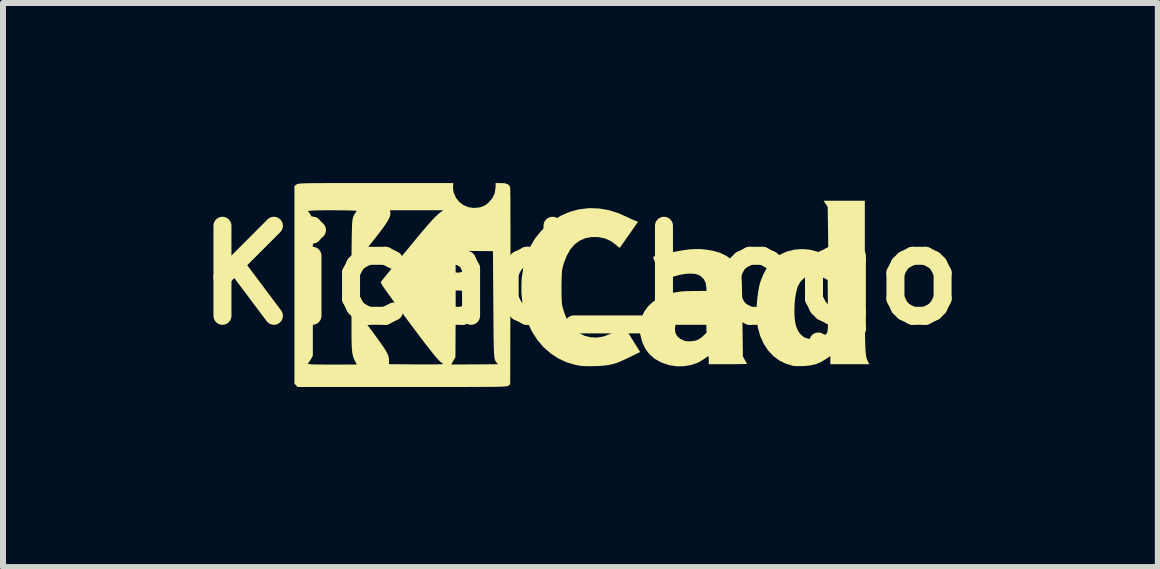
<source format=kicad_pcb>
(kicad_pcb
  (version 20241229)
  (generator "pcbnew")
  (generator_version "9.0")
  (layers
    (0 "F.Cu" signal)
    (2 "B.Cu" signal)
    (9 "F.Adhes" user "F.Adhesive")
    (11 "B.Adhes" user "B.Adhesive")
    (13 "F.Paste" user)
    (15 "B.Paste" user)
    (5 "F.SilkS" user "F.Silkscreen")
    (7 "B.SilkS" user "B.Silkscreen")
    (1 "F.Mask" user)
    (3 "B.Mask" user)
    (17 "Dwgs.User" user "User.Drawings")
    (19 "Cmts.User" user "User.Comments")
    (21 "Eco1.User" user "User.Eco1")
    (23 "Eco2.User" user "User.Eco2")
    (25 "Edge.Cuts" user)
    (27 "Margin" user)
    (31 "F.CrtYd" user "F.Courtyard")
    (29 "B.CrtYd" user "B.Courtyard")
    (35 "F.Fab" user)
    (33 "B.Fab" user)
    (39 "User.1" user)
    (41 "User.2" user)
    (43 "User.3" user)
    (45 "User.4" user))
  (footprint "Kicad_Logo"
    (layer "F.Cu")
    (at 6.621 1.534)
    (property "Reference" "Kicad_Logo" (at 0 0 0) (layer "F.SilkS") (effects (font (size 1.5 1.5) (thickness 0.3))))
    (attr board_only exclude_from_pos_files exclude_from_bom)
    (fp_poly (pts (xy 0.306 -1.111) (xy 0.467 -1.084) (xy 0.631 -1.033) (xy 0.769 -0.972) (xy 0.822 -0.947) (xy 0.871 -0.924) (xy 0.908 -0.908) (xy 0.922 -0.903) (xy 0.962 -0.89) (xy 0.812 -0.676) (xy 0.767 -0.612) (xy 0.728 -0.555) (xy 0.694 -0.508) (xy 0.67 -0.475) (xy 0.658 -0.457) (xy 0.656 -0.456) (xy 0.645 -0.46) (xy 0.621 -0.478) (xy 0.597 -0.5) (xy 0.51 -0.566) (xy 0.412 -0.61) (xy 0.303 -0.633) (xy 0.189 -0.634) (xy 0.083 -0.615) (xy -0.012 -0.574) (xy -0.096 -0.511) (xy -0.168 -0.427) (xy -0.228 -0.321) (xy -0.277 -0.195) (xy -0.289 -0.153) (xy -0.305 -0.077) (xy -0.316 0.017) (xy -0.322 0.122) (xy -0.324 0.231) (xy -0.321 0.337) (xy -0.314 0.434) (xy -0.302 0.509) (xy -0.27 0.624) (xy -0.226 0.731) (xy -0.172 0.823) (xy -0.112 0.895) (xy -0.026 0.964) (xy 0.07 1.011) (xy 0.172 1.037) (xy 0.278 1.041) (xy 0.385 1.023) (xy 0.49 0.984) (xy 0.591 0.923) (xy 0.639 0.884) (xy 0.71 0.823) (xy 0.853 1.052) (xy 0.996 1.282) (xy 0.814 1.371) (xy 0.714 1.418) (xy 0.63 1.454) (xy 0.553 1.48) (xy 0.477 1.497) (xy 0.396 1.508) (xy 0.303 1.515) (xy 0.231 1.517) (xy 0.145 1.518) (xy 0.077 1.517) (xy 0.021 1.514) (xy -0.029 1.507) (xy -0.075 1.498) (xy -0.227 1.454) (xy -0.369 1.388) (xy -0.498 1.303) (xy -0.614 1.201) (xy -0.716 1.082) (xy -0.803 0.948) (xy -0.874 0.8) (xy -0.928 0.641) (xy -0.965 0.471) (xy -0.983 0.293) (xy -0.981 0.107) (xy -0.977 0.051) (xy -0.95 -0.137) (xy -0.905 -0.308) (xy -0.842 -0.463) (xy -0.76 -0.604) (xy -0.659 -0.73) (xy -0.594 -0.796) (xy -0.464 -0.904) (xy -0.329 -0.988) (xy -0.187 -1.051) (xy -0.036 -1.093) (xy -0.014 -1.097) (xy 0.146 -1.116)) (stroke (width 0) (type solid)) (fill yes) (layer "F.SilkS"))
    (fp_poly (pts (xy 4.74 0.004) (xy 4.74 0.214) (xy 4.74 0.401) (xy 4.74 0.567) (xy 4.741 0.712) (xy 4.741 0.839) (xy 4.742 0.948) (xy 4.744 1.042) (xy 4.746 1.121) (xy 4.748 1.188) (xy 4.751 1.243) (xy 4.754 1.288) (xy 4.758 1.325) (xy 4.762 1.355) (xy 4.768 1.379) (xy 4.774 1.399) (xy 4.781 1.416) (xy 4.788 1.433) (xy 4.791 1.438) (xy 4.815 1.485) (xy 4.49 1.485) (xy 4.165 1.485) (xy 4.165 1.417) (xy 4.165 1.35) (xy 4.085 1.403) (xy 4 1.453) (xy 3.915 1.487) (xy 3.822 1.507) (xy 3.714 1.516) (xy 3.656 1.517) (xy 3.605 1.517) (xy 3.566 1.515) (xy 3.552 1.514) (xy 3.426 1.478) (xy 3.312 1.421) (xy 3.21 1.344) (xy 3.123 1.249) (xy 3.05 1.136) (xy 2.994 1.008) (xy 2.958 0.877) (xy 2.943 0.776) (xy 2.936 0.658) (xy 2.937 0.599) (xy 3.566 0.599) (xy 3.57 0.7) (xy 3.58 0.789) (xy 3.595 0.854) (xy 3.626 0.927) (xy 3.67 0.988) (xy 3.722 1.033) (xy 3.743 1.044) (xy 3.806 1.062) (xy 3.88 1.062) (xy 3.958 1.047) (xy 4.017 1.025) (xy 4.046 1.012) (xy 4.069 1.001) (xy 4.087 0.991) (xy 4.101 0.977) (xy 4.112 0.958) (xy 4.119 0.931) (xy 4.123 0.894) (xy 4.125 0.844) (xy 4.126 0.778) (xy 4.126 0.695) (xy 4.125 0.591) (xy 4.124 0.52) (xy 4.121 0.081) (xy 4.052 0.046) (xy 3.962 0.012) (xy 3.878 0.001) (xy 3.8 0.013) (xy 3.732 0.047) (xy 3.674 0.101) (xy 3.629 0.176) (xy 3.615 0.213) (xy 3.594 0.294) (xy 3.578 0.39) (xy 3.569 0.494) (xy 3.566 0.599) (xy 2.937 0.599) (xy 2.937 0.531) (xy 2.946 0.403) (xy 2.962 0.278) (xy 2.984 0.166) (xy 3.004 0.098) (xy 3.049 -0.013) (xy 3.106 -0.117) (xy 3.173 -0.208) (xy 3.247 -0.284) (xy 3.323 -0.339) (xy 3.437 -0.392) (xy 3.56 -0.423) (xy 3.687 -0.434) (xy 3.813 -0.425) (xy 3.935 -0.395) (xy 4.048 -0.344) (xy 4.069 -0.331) (xy 4.101 -0.311) (xy 4.124 -0.298) (xy 4.131 -0.294) (xy 4.131 -0.306) (xy 4.131 -0.34) (xy 4.131 -0.392) (xy 4.13 -0.461) (xy 4.129 -0.543) (xy 4.128 -0.635) (xy 4.127 -0.716) (xy 4.121 -1.137) (xy 4.086 -1.188) (xy 4.052 -1.239) (xy 4.396 -1.239) (xy 4.74 -1.239)) (stroke (width 0) (type solid)) (fill yes) (layer "F.SilkS"))
    (fp_poly (pts (xy 1.999 -0.433) (xy 2.061 -0.429) (xy 2.205 -0.407) (xy 2.331 -0.37) (xy 2.438 -0.318) (xy 2.525 -0.251) (xy 2.592 -0.17) (xy 2.626 -0.109) (xy 2.64 -0.076) (xy 2.652 -0.046) (xy 2.663 -0.017) (xy 2.671 0.014) (xy 2.678 0.05) (xy 2.683 0.092) (xy 2.688 0.143) (xy 2.691 0.206) (xy 2.694 0.281) (xy 2.696 0.373) (xy 2.698 0.483) (xy 2.699 0.613) (xy 2.7 0.724) (xy 2.708 1.356) (xy 2.742 1.416) (xy 2.761 1.449) (xy 2.773 1.473) (xy 2.776 1.48) (xy 2.764 1.481) (xy 2.731 1.483) (xy 2.679 1.483) (xy 2.612 1.484) (xy 2.533 1.485) (xy 2.457 1.485) (xy 2.139 1.485) (xy 2.139 1.417) (xy 2.138 1.38) (xy 2.135 1.356) (xy 2.133 1.35) (xy 2.12 1.357) (xy 2.094 1.375) (xy 2.061 1.399) (xy 1.964 1.457) (xy 1.853 1.496) (xy 1.734 1.518) (xy 1.61 1.52) (xy 1.486 1.502) (xy 1.468 1.497) (xy 1.344 1.454) (xy 1.237 1.394) (xy 1.149 1.317) (xy 1.08 1.224) (xy 1.03 1.116) (xy 0.999 0.993) (xy 0.994 0.95) (xy 0.994 0.898) (xy 1.576 0.898) (xy 1.584 0.964) (xy 1.612 1.016) (xy 1.659 1.059) (xy 1.729 1.092) (xy 1.738 1.096) (xy 1.774 1.102) (xy 1.823 1.103) (xy 1.877 1.099) (xy 1.924 1.091) (xy 1.931 1.089) (xy 1.972 1.07) (xy 2.018 1.039) (xy 2.042 1.017) (xy 2.102 0.961) (xy 2.098 0.809) (xy 2.095 0.656) (xy 1.945 0.657) (xy 1.876 0.658) (xy 1.827 0.661) (xy 1.79 0.666) (xy 1.758 0.675) (xy 1.732 0.685) (xy 1.662 0.724) (xy 1.614 0.768) (xy 1.586 0.822) (xy 1.576 0.889) (xy 1.576 0.898) (xy 0.994 0.898) (xy 0.994 0.83) (xy 1.016 0.718) (xy 1.06 0.616) (xy 1.125 0.524) (xy 1.21 0.445) (xy 1.313 0.378) (xy 1.434 0.326) (xy 1.557 0.292) (xy 1.62 0.281) (xy 1.684 0.273) (xy 1.756 0.268) (xy 1.844 0.266) (xy 1.892 0.265) (xy 2.101 0.264) (xy 2.1 0.215) (xy 2.089 0.135) (xy 2.058 0.07) (xy 2.007 0.019) (xy 1.973 -0.001) (xy 1.915 -0.019) (xy 1.841 -0.025) (xy 1.754 -0.021) (xy 1.659 -0.005) (xy 1.563 0.021) (xy 1.468 0.056) (xy 1.458 0.06) (xy 1.375 0.097) (xy 1.364 0.07) (xy 1.355 0.05) (xy 1.339 0.011) (xy 1.317 -0.041) (xy 1.291 -0.101) (xy 1.278 -0.132) (xy 1.25 -0.198) (xy 1.231 -0.246) (xy 1.219 -0.277) (xy 1.215 -0.296) (xy 1.217 -0.306) (xy 1.224 -0.311) (xy 1.23 -0.312) (xy 1.251 -0.316) (xy 1.291 -0.325) (xy 1.347 -0.338) (xy 1.413 -0.353) (xy 1.478 -0.368) (xy 1.608 -0.396) (xy 1.721 -0.416) (xy 1.82 -0.429) (xy 1.911 -0.434)) (stroke (width 0) (type solid)) (fill yes) (layer "F.SilkS"))
    (fp_poly (pts (xy -2.122 -1.486) (xy -2.122 -1.445) (xy -2.115 -1.395) (xy -2.109 -1.371) (xy -2.072 -1.287) (xy -2.017 -1.218) (xy -1.948 -1.166) (xy -1.868 -1.132) (xy -1.779 -1.119) (xy -1.686 -1.127) (xy -1.658 -1.134) (xy -1.609 -1.152) (xy -1.566 -1.178) (xy -1.521 -1.218) (xy -1.519 -1.22) (xy -1.462 -1.29) (xy -1.427 -1.367) (xy -1.414 -1.456) (xy -1.413 -1.475) (xy -1.413 -1.534) (xy -1.322 -1.534) (xy -1.256 -1.53) (xy -1.211 -1.515) (xy -1.183 -1.49) (xy -1.169 -1.457) (xy -1.168 -1.441) (xy -1.168 -1.403) (xy -1.167 -1.343) (xy -1.166 -1.263) (xy -1.166 -1.164) (xy -1.166 -1.047) (xy -1.165 -0.915) (xy -1.165 -0.769) (xy -1.165 -0.61) (xy -1.165 -0.439) (xy -1.165 -0.259) (xy -1.165 -0.07) (xy -1.166 0.126) (xy -1.166 0.194) (xy -1.169 1.818) (xy -1.199 1.842) (xy -1.204 1.845) (xy -1.21 1.848) (xy -1.219 1.851) (xy -1.232 1.853) (xy -1.25 1.855) (xy -1.274 1.857) (xy -1.307 1.858) (xy -1.348 1.86) (xy -1.4 1.861) (xy -1.463 1.862) (xy -1.539 1.863) (xy -1.628 1.863) (xy -1.733 1.864) (xy -1.855 1.864) (xy -1.994 1.865) (xy -2.152 1.865) (xy -2.33 1.865) (xy -2.529 1.865) (xy -2.751 1.865) (xy -2.969 1.865) (xy -4.71 1.865) (xy -4.738 1.837) (xy -4.765 1.808) (xy -4.765 1.476) (xy -4.54 1.476) (xy -4.533 1.481) (xy -4.513 1.484) (xy -4.477 1.487) (xy -4.423 1.489) (xy -4.349 1.49) (xy -4.254 1.491) (xy -4.137 1.491) (xy -4.133 1.491) (xy -4.035 1.491) (xy -3.946 1.491) (xy -3.868 1.49) (xy -3.804 1.49) (xy -3.758 1.49) (xy -3.739 1.489) (xy -2.151 1.489) (xy -2.139 1.49) (xy -2.106 1.49) (xy -2.055 1.489) (xy -1.99 1.489) (xy -1.915 1.489) (xy -1.833 1.488) (xy -1.748 1.488) (xy -1.664 1.487) (xy -1.584 1.487) (xy -1.512 1.486) (xy -1.451 1.486) (xy -1.406 1.485) (xy -1.38 1.485) (xy -1.377 1.485) (xy -1.38 1.477) (xy -1.391 1.463) (xy -1.401 1.452) (xy -1.41 1.441) (xy -1.417 1.429) (xy -1.423 1.413) (xy -1.429 1.393) (xy -1.433 1.366) (xy -1.437 1.331) (xy -1.44 1.285) (xy -1.442 1.228) (xy -1.444 1.157) (xy -1.446 1.071) (xy -1.447 0.967) (xy -1.448 0.845) (xy -1.449 0.702) (xy -1.45 0.537) (xy -1.451 0.491) (xy -1.457 -0.399) (xy -1.804 -0.402) (xy -1.894 -0.403) (xy -1.976 -0.403) (xy -2.045 -0.403) (xy -2.1 -0.402) (xy -2.136 -0.401) (xy -2.151 -0.4) (xy -2.151 -0.4) (xy -2.145 -0.387) (xy -2.129 -0.361) (xy -2.12 -0.349) (xy -2.098 -0.308) (xy -2.084 -0.261) (xy -2.082 -0.254) (xy -2.081 -0.233) (xy -2.08 -0.189) (xy -2.079 -0.126) (xy -2.078 -0.045) (xy -2.078 0.052) (xy -2.078 0.163) (xy -2.078 0.284) (xy -2.078 0.414) (xy -2.078 0.551) (xy -2.078 0.583) (xy -2.082 1.368) (xy -2.117 1.428) (xy -2.135 1.461) (xy -2.148 1.483) (xy -2.151 1.489) (xy -3.739 1.489) (xy -3.732 1.489) (xy -3.727 1.489) (xy -3.732 1.478) (xy -3.745 1.452) (xy -3.758 1.428) (xy -3.773 1.397) (xy -3.785 1.364) (xy -3.794 1.328) (xy -3.802 1.284) (xy -3.807 1.231) (xy -3.811 1.164) (xy -3.813 1.082) (xy -3.814 0.98) (xy -3.814 0.858) (xy -3.814 0.856) (xy -3.814 0.476) (xy -3.54 0.842) (xy -3.457 0.953) (xy -3.389 1.046) (xy -3.333 1.124) (xy -3.288 1.188) (xy -3.253 1.241) (xy -3.228 1.285) (xy -3.21 1.321) (xy -3.198 1.352) (xy -3.192 1.38) (xy -3.189 1.407) (xy -3.189 1.419) (xy -3.189 1.484) (xy -2.739 1.488) (xy -2.636 1.488) (xy -2.541 1.488) (xy -2.457 1.488) (xy -2.387 1.487) (xy -2.334 1.486) (xy -2.3 1.485) (xy -2.289 1.483) (xy -2.298 1.471) (xy -2.317 1.457) (xy -2.337 1.441) (xy -2.363 1.416) (xy -2.397 1.378) (xy -2.439 1.329) (xy -2.489 1.266) (xy -2.55 1.188) (xy -2.622 1.095) (xy -2.705 0.985) (xy -2.801 0.857) (xy -2.91 0.71) (xy -2.93 0.682) (xy -3.019 0.562) (xy -3.095 0.46) (xy -3.157 0.374) (xy -3.208 0.304) (xy -3.248 0.247) (xy -3.279 0.203) (xy -3.3 0.169) (xy -3.315 0.144) (xy -3.322 0.127) (xy -3.325 0.117) (xy -3.323 0.111) (xy -3.312 0.098) (xy -3.288 0.067) (xy -3.25 0.021) (xy -3.202 -0.038) (xy -3.145 -0.108) (xy -3.079 -0.188) (xy -3.008 -0.275) (xy -2.932 -0.368) (xy -2.926 -0.374) (xy -2.821 -0.503) (xy -2.729 -0.614) (xy -2.65 -0.709) (xy -2.582 -0.789) (xy -2.525 -0.855) (xy -2.476 -0.909) (xy -2.435 -0.953) (xy -2.4 -0.988) (xy -2.37 -1.016) (xy -2.344 -1.037) (xy -2.334 -1.045) (xy -2.285 -1.08) (xy -2.728 -1.08) (xy -3.172 -1.08) (xy -3.166 -1.036) (xy -3.166 -1.01) (xy -3.173 -0.98) (xy -3.188 -0.944) (xy -3.212 -0.9) (xy -3.246 -0.847) (xy -3.291 -0.782) (xy -3.35 -0.705) (xy -3.422 -0.612) (xy -3.509 -0.503) (xy -3.573 -0.424) (xy -3.632 -0.35) (xy -3.686 -0.284) (xy -3.731 -0.228) (xy -3.766 -0.185) (xy -3.789 -0.157) (xy -3.798 -0.147) (xy -3.803 -0.145) (xy -3.807 -0.149) (xy -3.81 -0.164) (xy -3.812 -0.19) (xy -3.813 -0.231) (xy -3.813 -0.288) (xy -3.813 -0.364) (xy -3.812 -0.462) (xy -3.811 -0.521) (xy -3.81 -0.633) (xy -3.808 -0.723) (xy -3.806 -0.795) (xy -3.804 -0.85) (xy -3.801 -0.892) (xy -3.797 -0.924) (xy -3.792 -0.948) (xy -3.786 -0.968) (xy -3.785 -0.972) (xy -3.768 -1.008) (xy -3.752 -1.036) (xy -3.745 -1.044) (xy -3.729 -1.061) (xy -3.727 -1.069) (xy -3.739 -1.072) (xy -3.773 -1.074) (xy -3.826 -1.076) (xy -3.896 -1.078) (xy -3.979 -1.079) (xy -4.073 -1.08) (xy -4.133 -1.08) (xy -4.251 -1.08) (xy -4.345 -1.079) (xy -4.419 -1.077) (xy -4.473 -1.075) (xy -4.509 -1.072) (xy -4.531 -1.068) (xy -4.539 -1.062) (xy -4.535 -1.055) (xy -4.527 -1.049) (xy -4.514 -1.034) (xy -4.495 -1.006) (xy -4.486 -0.99) (xy -4.458 -0.939) (xy -4.458 0.202) (xy -4.458 1.344) (xy -4.486 1.395) (xy -4.506 1.427) (xy -4.522 1.449) (xy -4.527 1.454) (xy -4.539 1.472) (xy -4.54 1.476) (xy -4.765 1.476) (xy -4.765 0.163) (xy -4.765 -1.483) (xy -4.732 -1.508) (xy -4.726 -1.512) (xy -4.72 -1.516) (xy -4.711 -1.519) (xy -4.698 -1.522) (xy -4.68 -1.524) (xy -4.656 -1.527) (xy -4.623 -1.528) (xy -4.581 -1.53) (xy -4.527 -1.531) (xy -4.461 -1.532) (xy -4.381 -1.532) (xy -4.285 -1.533) (xy -4.173 -1.533) (xy -4.042 -1.534) (xy -3.891 -1.534) (xy -3.719 -1.534) (xy -3.524 -1.534) (xy -3.407 -1.534) (xy -2.116 -1.534)) (stroke (width 0) (type solid)) (fill yes) (layer "F.SilkS")))
  (gr_rect
    (start -3 -3)
    (end 16.243 6.399)
    (stroke (width 0.1) (type default))
    (fill no)
    (layer "Edge.Cuts")))
</source>
